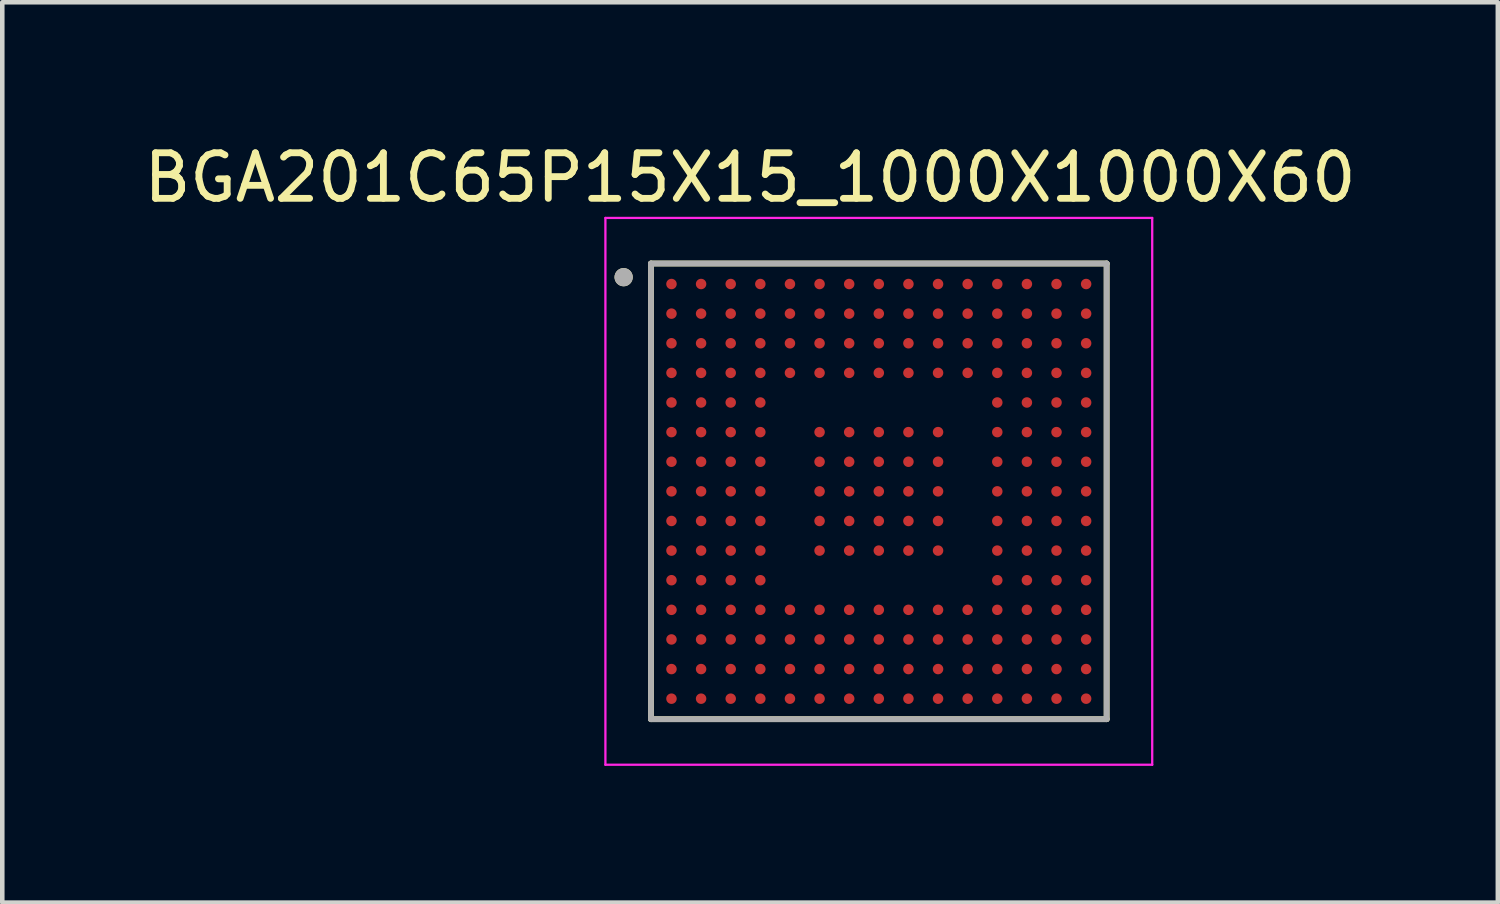
<source format=kicad_pcb>
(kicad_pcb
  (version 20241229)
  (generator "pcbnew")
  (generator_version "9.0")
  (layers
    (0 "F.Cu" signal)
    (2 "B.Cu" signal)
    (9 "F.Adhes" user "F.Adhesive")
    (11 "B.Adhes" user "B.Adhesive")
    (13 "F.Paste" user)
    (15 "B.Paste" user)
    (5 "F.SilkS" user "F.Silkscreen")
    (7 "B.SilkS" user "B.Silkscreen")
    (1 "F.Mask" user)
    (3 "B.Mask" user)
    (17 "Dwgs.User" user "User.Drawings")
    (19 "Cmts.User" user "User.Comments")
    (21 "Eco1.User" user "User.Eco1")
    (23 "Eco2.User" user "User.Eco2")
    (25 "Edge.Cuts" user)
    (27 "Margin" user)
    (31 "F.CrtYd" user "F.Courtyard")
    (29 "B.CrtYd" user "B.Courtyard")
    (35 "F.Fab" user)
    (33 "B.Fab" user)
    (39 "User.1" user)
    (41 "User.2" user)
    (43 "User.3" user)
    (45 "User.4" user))
  (footprint "BGA201C65P15X15_1000X1000X60"
    (layer "F.Cu")
    (at 16.236 7.733)
    (property "Reference" "BGA201C65P15X15_1000X1000X60" (at -2.825 -6.885 0) (layer "F.SilkS") (effects (font (size 1 1) (thickness 0.15))))
    (attr smd)
    (fp_line (start -5 -5) (end 5 -5) (stroke (width 0.127) (type solid)) (layer "F.SilkS"))
    (fp_line (start -5 5) (end -5 -5) (stroke (width 0.127) (type solid)) (layer "F.SilkS"))
    (fp_line (start 5 -5) (end 5 5) (stroke (width 0.127) (type solid)) (layer "F.SilkS"))
    (fp_line (start 5 5) (end -5 5) (stroke (width 0.127) (type solid)) (layer "F.SilkS"))
    (fp_circle (center -5.6 -4.7) (end -5.5 -4.7) (stroke (width 0.2) (type solid)) (fill no) (layer "F.SilkS"))
    (fp_line (start -6 -6) (end 6 -6) (stroke (width 0.05) (type solid)) (layer "F.CrtYd"))
    (fp_line (start -6 6) (end -6 -6) (stroke (width 0.05) (type solid)) (layer "F.CrtYd"))
    (fp_line (start 6 -6) (end 6 6) (stroke (width 0.05) (type solid)) (layer "F.CrtYd"))
    (fp_line (start 6 6) (end -6 6) (stroke (width 0.05) (type solid)) (layer "F.CrtYd"))
    (fp_line (start -5 -5) (end 5 -5) (stroke (width 0.127) (type solid)) (layer "F.Fab"))
    (fp_line (start -5 5) (end -5 -5) (stroke (width 0.127) (type solid)) (layer "F.Fab"))
    (fp_line (start 5 -5) (end 5 5) (stroke (width 0.127) (type solid)) (layer "F.Fab"))
    (fp_line (start 5 5) (end -5 5) (stroke (width 0.127) (type solid)) (layer "F.Fab"))
    (fp_circle (center -5.6 -4.7) (end -5.5 -4.7) (stroke (width 0.2) (type solid)) (fill no) (layer "F.Fab"))
    (pad "A1" smd circle (at -4.55 -4.55) (size 0.23 0.23) (layers "F.Cu" "F.Mask" "F.Paste"))
    (pad "A2" smd circle (at -3.9 -4.55) (size 0.23 0.23) (layers "F.Cu" "F.Mask" "F.Paste"))
    (pad "A3" smd circle (at -3.25 -4.55) (size 0.23 0.23) (layers "F.Cu" "F.Mask" "F.Paste"))
    (pad "A4" smd circle (at -2.6 -4.55) (size 0.23 0.23) (layers "F.Cu" "F.Mask" "F.Paste"))
    (pad "A5" smd circle (at -1.95 -4.55) (size 0.23 0.23) (layers "F.Cu" "F.Mask" "F.Paste"))
    (pad "A6" smd circle (at -1.3 -4.55) (size 0.23 0.23) (layers "F.Cu" "F.Mask" "F.Paste"))
    (pad "A7" smd circle (at -0.65 -4.55) (size 0.23 0.23) (layers "F.Cu" "F.Mask" "F.Paste"))
    (pad "A8" smd circle (at 0 -4.55) (size 0.23 0.23) (layers "F.Cu" "F.Mask" "F.Paste"))
    (pad "A9" smd circle (at 0.65 -4.55) (size 0.23 0.23) (layers "F.Cu" "F.Mask" "F.Paste"))
    (pad "A10" smd circle (at 1.3 -4.55) (size 0.23 0.23) (layers "F.Cu" "F.Mask" "F.Paste"))
    (pad "A11" smd circle (at 1.95 -4.55) (size 0.23 0.23) (layers "F.Cu" "F.Mask" "F.Paste"))
    (pad "A12" smd circle (at 2.6 -4.55) (size 0.23 0.23) (layers "F.Cu" "F.Mask" "F.Paste"))
    (pad "A13" smd circle (at 3.25 -4.55) (size 0.23 0.23) (layers "F.Cu" "F.Mask" "F.Paste"))
    (pad "A14" smd circle (at 3.9 -4.55) (size 0.23 0.23) (layers "F.Cu" "F.Mask" "F.Paste"))
    (pad "A15" smd circle (at 4.55 -4.55) (size 0.23 0.23) (layers "F.Cu" "F.Mask" "F.Paste"))
    (pad "B1" smd circle (at -4.55 -3.9) (size 0.23 0.23) (layers "F.Cu" "F.Mask" "F.Paste"))
    (pad "B2" smd circle (at -3.9 -3.9) (size 0.23 0.23) (layers "F.Cu" "F.Mask" "F.Paste"))
    (pad "B3" smd circle (at -3.25 -3.9) (size 0.23 0.23) (layers "F.Cu" "F.Mask" "F.Paste"))
    (pad "B4" smd circle (at -2.6 -3.9) (size 0.23 0.23) (layers "F.Cu" "F.Mask" "F.Paste"))
    (pad "B5" smd circle (at -1.95 -3.9) (size 0.23 0.23) (layers "F.Cu" "F.Mask" "F.Paste"))
    (pad "B6" smd circle (at -1.3 -3.9) (size 0.23 0.23) (layers "F.Cu" "F.Mask" "F.Paste"))
    (pad "B7" smd circle (at -0.65 -3.9) (size 0.23 0.23) (layers "F.Cu" "F.Mask" "F.Paste"))
    (pad "B8" smd circle (at 0 -3.9) (size 0.23 0.23) (layers "F.Cu" "F.Mask" "F.Paste"))
    (pad "B9" smd circle (at 0.65 -3.9) (size 0.23 0.23) (layers "F.Cu" "F.Mask" "F.Paste"))
    (pad "B10" smd circle (at 1.3 -3.9) (size 0.23 0.23) (layers "F.Cu" "F.Mask" "F.Paste"))
    (pad "B11" smd circle (at 1.95 -3.9) (size 0.23 0.23) (layers "F.Cu" "F.Mask" "F.Paste"))
    (pad "B12" smd circle (at 2.6 -3.9) (size 0.23 0.23) (layers "F.Cu" "F.Mask" "F.Paste"))
    (pad "B13" smd circle (at 3.25 -3.9) (size 0.23 0.23) (layers "F.Cu" "F.Mask" "F.Paste"))
    (pad "B14" smd circle (at 3.9 -3.9) (size 0.23 0.23) (layers "F.Cu" "F.Mask" "F.Paste"))
    (pad "B15" smd circle (at 4.55 -3.9) (size 0.23 0.23) (layers "F.Cu" "F.Mask" "F.Paste"))
    (pad "C1" smd circle (at -4.55 -3.25) (size 0.23 0.23) (layers "F.Cu" "F.Mask" "F.Paste"))
    (pad "C2" smd circle (at -3.9 -3.25) (size 0.23 0.23) (layers "F.Cu" "F.Mask" "F.Paste"))
    (pad "C3" smd circle (at -3.25 -3.25) (size 0.23 0.23) (layers "F.Cu" "F.Mask" "F.Paste"))
    (pad "C4" smd circle (at -2.6 -3.25) (size 0.23 0.23) (layers "F.Cu" "F.Mask" "F.Paste"))
    (pad "C5" smd circle (at -1.95 -3.25) (size 0.23 0.23) (layers "F.Cu" "F.Mask" "F.Paste"))
    (pad "C6" smd circle (at -1.3 -3.25) (size 0.23 0.23) (layers "F.Cu" "F.Mask" "F.Paste"))
    (pad "C7" smd circle (at -0.65 -3.25) (size 0.23 0.23) (layers "F.Cu" "F.Mask" "F.Paste"))
    (pad "C8" smd circle (at 0 -3.25) (size 0.23 0.23) (layers "F.Cu" "F.Mask" "F.Paste"))
    (pad "C9" smd circle (at 0.65 -3.25) (size 0.23 0.23) (layers "F.Cu" "F.Mask" "F.Paste"))
    (pad "C10" smd circle (at 1.3 -3.25) (size 0.23 0.23) (layers "F.Cu" "F.Mask" "F.Paste"))
    (pad "C11" smd circle (at 1.95 -3.25) (size 0.23 0.23) (layers "F.Cu" "F.Mask" "F.Paste"))
    (pad "C12" smd circle (at 2.6 -3.25) (size 0.23 0.23) (layers "F.Cu" "F.Mask" "F.Paste"))
    (pad "C13" smd circle (at 3.25 -3.25) (size 0.23 0.23) (layers "F.Cu" "F.Mask" "F.Paste"))
    (pad "C14" smd circle (at 3.9 -3.25) (size 0.23 0.23) (layers "F.Cu" "F.Mask" "F.Paste"))
    (pad "C15" smd circle (at 4.55 -3.25) (size 0.23 0.23) (layers "F.Cu" "F.Mask" "F.Paste"))
    (pad "D1" smd circle (at -4.55 -2.6) (size 0.23 0.23) (layers "F.Cu" "F.Mask" "F.Paste"))
    (pad "D2" smd circle (at -3.9 -2.6) (size 0.23 0.23) (layers "F.Cu" "F.Mask" "F.Paste"))
    (pad "D3" smd circle (at -3.25 -2.6) (size 0.23 0.23) (layers "F.Cu" "F.Mask" "F.Paste"))
    (pad "D4" smd circle (at -2.6 -2.6) (size 0.23 0.23) (layers "F.Cu" "F.Mask" "F.Paste"))
    (pad "D5" smd circle (at -1.95 -2.6) (size 0.23 0.23) (layers "F.Cu" "F.Mask" "F.Paste"))
    (pad "D6" smd circle (at -1.3 -2.6) (size 0.23 0.23) (layers "F.Cu" "F.Mask" "F.Paste"))
    (pad "D7" smd circle (at -0.65 -2.6) (size 0.23 0.23) (layers "F.Cu" "F.Mask" "F.Paste"))
    (pad "D8" smd circle (at 0 -2.6) (size 0.23 0.23) (layers "F.Cu" "F.Mask" "F.Paste"))
    (pad "D9" smd circle (at 0.65 -2.6) (size 0.23 0.23) (layers "F.Cu" "F.Mask" "F.Paste"))
    (pad "D10" smd circle (at 1.3 -2.6) (size 0.23 0.23) (layers "F.Cu" "F.Mask" "F.Paste"))
    (pad "D11" smd circle (at 1.95 -2.6) (size 0.23 0.23) (layers "F.Cu" "F.Mask" "F.Paste"))
    (pad "D12" smd circle (at 2.6 -2.6) (size 0.23 0.23) (layers "F.Cu" "F.Mask" "F.Paste"))
    (pad "D13" smd circle (at 3.25 -2.6) (size 0.23 0.23) (layers "F.Cu" "F.Mask" "F.Paste"))
    (pad "D14" smd circle (at 3.9 -2.6) (size 0.23 0.23) (layers "F.Cu" "F.Mask" "F.Paste"))
    (pad "D15" smd circle (at 4.55 -2.6) (size 0.23 0.23) (layers "F.Cu" "F.Mask" "F.Paste"))
    (pad "E1" smd circle (at -4.55 -1.95) (size 0.23 0.23) (layers "F.Cu" "F.Mask" "F.Paste"))
    (pad "E2" smd circle (at -3.9 -1.95) (size 0.23 0.23) (layers "F.Cu" "F.Mask" "F.Paste"))
    (pad "E3" smd circle (at -3.25 -1.95) (size 0.23 0.23) (layers "F.Cu" "F.Mask" "F.Paste"))
    (pad "E4" smd circle (at -2.6 -1.95) (size 0.23 0.23) (layers "F.Cu" "F.Mask" "F.Paste"))
    (pad "E12" smd circle (at 2.6 -1.95) (size 0.23 0.23) (layers "F.Cu" "F.Mask" "F.Paste"))
    (pad "E13" smd circle (at 3.25 -1.95) (size 0.23 0.23) (layers "F.Cu" "F.Mask" "F.Paste"))
    (pad "E14" smd circle (at 3.9 -1.95) (size 0.23 0.23) (layers "F.Cu" "F.Mask" "F.Paste"))
    (pad "E15" smd circle (at 4.55 -1.95) (size 0.23 0.23) (layers "F.Cu" "F.Mask" "F.Paste"))
    (pad "F1" smd circle (at -4.55 -1.3) (size 0.23 0.23) (layers "F.Cu" "F.Mask" "F.Paste"))
    (pad "F2" smd circle (at -3.9 -1.3) (size 0.23 0.23) (layers "F.Cu" "F.Mask" "F.Paste"))
    (pad "F3" smd circle (at -3.25 -1.3) (size 0.23 0.23) (layers "F.Cu" "F.Mask" "F.Paste"))
    (pad "F4" smd circle (at -2.6 -1.3) (size 0.23 0.23) (layers "F.Cu" "F.Mask" "F.Paste"))
    (pad "F6" smd circle (at -1.3 -1.3) (size 0.23 0.23) (layers "F.Cu" "F.Mask" "F.Paste"))
    (pad "F7" smd circle (at -0.65 -1.3) (size 0.23 0.23) (layers "F.Cu" "F.Mask" "F.Paste"))
    (pad "F8" smd circle (at 0 -1.3) (size 0.23 0.23) (layers "F.Cu" "F.Mask" "F.Paste"))
    (pad "F9" smd circle (at 0.65 -1.3) (size 0.23 0.23) (layers "F.Cu" "F.Mask" "F.Paste"))
    (pad "F10" smd circle (at 1.3 -1.3) (size 0.23 0.23) (layers "F.Cu" "F.Mask" "F.Paste"))
    (pad "F12" smd circle (at 2.6 -1.3) (size 0.23 0.23) (layers "F.Cu" "F.Mask" "F.Paste"))
    (pad "F13" smd circle (at 3.25 -1.3) (size 0.23 0.23) (layers "F.Cu" "F.Mask" "F.Paste"))
    (pad "F14" smd circle (at 3.9 -1.3) (size 0.23 0.23) (layers "F.Cu" "F.Mask" "F.Paste"))
    (pad "F15" smd circle (at 4.55 -1.3) (size 0.23 0.23) (layers "F.Cu" "F.Mask" "F.Paste"))
    (pad "G1" smd circle (at -4.55 -0.65) (size 0.23 0.23) (layers "F.Cu" "F.Mask" "F.Paste"))
    (pad "G2" smd circle (at -3.9 -0.65) (size 0.23 0.23) (layers "F.Cu" "F.Mask" "F.Paste"))
    (pad "G3" smd circle (at -3.25 -0.65) (size 0.23 0.23) (layers "F.Cu" "F.Mask" "F.Paste"))
    (pad "G4" smd circle (at -2.6 -0.65) (size 0.23 0.23) (layers "F.Cu" "F.Mask" "F.Paste"))
    (pad "G6" smd circle (at -1.3 -0.65) (size 0.23 0.23) (layers "F.Cu" "F.Mask" "F.Paste"))
    (pad "G7" smd circle (at -0.65 -0.65) (size 0.23 0.23) (layers "F.Cu" "F.Mask" "F.Paste"))
    (pad "G8" smd circle (at 0 -0.65) (size 0.23 0.23) (layers "F.Cu" "F.Mask" "F.Paste"))
    (pad "G9" smd circle (at 0.65 -0.65) (size 0.23 0.23) (layers "F.Cu" "F.Mask" "F.Paste"))
    (pad "G10" smd circle (at 1.3 -0.65) (size 0.23 0.23) (layers "F.Cu" "F.Mask" "F.Paste"))
    (pad "G12" smd circle (at 2.6 -0.65) (size 0.23 0.23) (layers "F.Cu" "F.Mask" "F.Paste"))
    (pad "G13" smd circle (at 3.25 -0.65) (size 0.23 0.23) (layers "F.Cu" "F.Mask" "F.Paste"))
    (pad "G14" smd circle (at 3.9 -0.65) (size 0.23 0.23) (layers "F.Cu" "F.Mask" "F.Paste"))
    (pad "G15" smd circle (at 4.55 -0.65) (size 0.23 0.23) (layers "F.Cu" "F.Mask" "F.Paste"))
    (pad "H1" smd circle (at -4.55 0) (size 0.23 0.23) (layers "F.Cu" "F.Mask" "F.Paste"))
    (pad "H2" smd circle (at -3.9 0) (size 0.23 0.23) (layers "F.Cu" "F.Mask" "F.Paste"))
    (pad "H3" smd circle (at -3.25 0) (size 0.23 0.23) (layers "F.Cu" "F.Mask" "F.Paste"))
    (pad "H4" smd circle (at -2.6 0) (size 0.23 0.23) (layers "F.Cu" "F.Mask" "F.Paste"))
    (pad "H6" smd circle (at -1.3 0) (size 0.23 0.23) (layers "F.Cu" "F.Mask" "F.Paste"))
    (pad "H7" smd circle (at -0.65 0) (size 0.23 0.23) (layers "F.Cu" "F.Mask" "F.Paste"))
    (pad "H8" smd circle (at 0 0) (size 0.23 0.23) (layers "F.Cu" "F.Mask" "F.Paste"))
    (pad "H9" smd circle (at 0.65 0) (size 0.23 0.23) (layers "F.Cu" "F.Mask" "F.Paste"))
    (pad "H10" smd circle (at 1.3 0) (size 0.23 0.23) (layers "F.Cu" "F.Mask" "F.Paste"))
    (pad "H12" smd circle (at 2.6 0) (size 0.23 0.23) (layers "F.Cu" "F.Mask" "F.Paste"))
    (pad "H13" smd circle (at 3.25 0) (size 0.23 0.23) (layers "F.Cu" "F.Mask" "F.Paste"))
    (pad "H14" smd circle (at 3.9 0) (size 0.23 0.23) (layers "F.Cu" "F.Mask" "F.Paste"))
    (pad "H15" smd circle (at 4.55 0) (size 0.23 0.23) (layers "F.Cu" "F.Mask" "F.Paste"))
    (pad "J1" smd circle (at -4.55 0.65) (size 0.23 0.23) (layers "F.Cu" "F.Mask" "F.Paste"))
    (pad "J2" smd circle (at -3.9 0.65) (size 0.23 0.23) (layers "F.Cu" "F.Mask" "F.Paste"))
    (pad "J3" smd circle (at -3.25 0.65) (size 0.23 0.23) (layers "F.Cu" "F.Mask" "F.Paste"))
    (pad "J4" smd circle (at -2.6 0.65) (size 0.23 0.23) (layers "F.Cu" "F.Mask" "F.Paste"))
    (pad "J6" smd circle (at -1.3 0.65) (size 0.23 0.23) (layers "F.Cu" "F.Mask" "F.Paste"))
    (pad "J7" smd circle (at -0.65 0.65) (size 0.23 0.23) (layers "F.Cu" "F.Mask" "F.Paste"))
    (pad "J8" smd circle (at 0 0.65) (size 0.23 0.23) (layers "F.Cu" "F.Mask" "F.Paste"))
    (pad "J9" smd circle (at 0.65 0.65) (size 0.23 0.23) (layers "F.Cu" "F.Mask" "F.Paste"))
    (pad "J10" smd circle (at 1.3 0.65) (size 0.23 0.23) (layers "F.Cu" "F.Mask" "F.Paste"))
    (pad "J12" smd circle (at 2.6 0.65) (size 0.23 0.23) (layers "F.Cu" "F.Mask" "F.Paste"))
    (pad "J13" smd circle (at 3.25 0.65) (size 0.23 0.23) (layers "F.Cu" "F.Mask" "F.Paste"))
    (pad "J14" smd circle (at 3.9 0.65) (size 0.23 0.23) (layers "F.Cu" "F.Mask" "F.Paste"))
    (pad "J15" smd circle (at 4.55 0.65) (size 0.23 0.23) (layers "F.Cu" "F.Mask" "F.Paste"))
    (pad "K1" smd circle (at -4.55 1.3) (size 0.23 0.23) (layers "F.Cu" "F.Mask" "F.Paste"))
    (pad "K2" smd circle (at -3.9 1.3) (size 0.23 0.23) (layers "F.Cu" "F.Mask" "F.Paste"))
    (pad "K3" smd circle (at -3.25 1.3) (size 0.23 0.23) (layers "F.Cu" "F.Mask" "F.Paste"))
    (pad "K4" smd circle (at -2.6 1.3) (size 0.23 0.23) (layers "F.Cu" "F.Mask" "F.Paste"))
    (pad "K6" smd circle (at -1.3 1.3) (size 0.23 0.23) (layers "F.Cu" "F.Mask" "F.Paste"))
    (pad "K7" smd circle (at -0.65 1.3) (size 0.23 0.23) (layers "F.Cu" "F.Mask" "F.Paste"))
    (pad "K8" smd circle (at 0 1.3) (size 0.23 0.23) (layers "F.Cu" "F.Mask" "F.Paste"))
    (pad "K9" smd circle (at 0.65 1.3) (size 0.23 0.23) (layers "F.Cu" "F.Mask" "F.Paste"))
    (pad "K10" smd circle (at 1.3 1.3) (size 0.23 0.23) (layers "F.Cu" "F.Mask" "F.Paste"))
    (pad "K12" smd circle (at 2.6 1.3) (size 0.23 0.23) (layers "F.Cu" "F.Mask" "F.Paste"))
    (pad "K13" smd circle (at 3.25 1.3) (size 0.23 0.23) (layers "F.Cu" "F.Mask" "F.Paste"))
    (pad "K14" smd circle (at 3.9 1.3) (size 0.23 0.23) (layers "F.Cu" "F.Mask" "F.Paste"))
    (pad "K15" smd circle (at 4.55 1.3) (size 0.23 0.23) (layers "F.Cu" "F.Mask" "F.Paste"))
    (pad "L1" smd circle (at -4.55 1.95) (size 0.23 0.23) (layers "F.Cu" "F.Mask" "F.Paste"))
    (pad "L2" smd circle (at -3.9 1.95) (size 0.23 0.23) (layers "F.Cu" "F.Mask" "F.Paste"))
    (pad "L3" smd circle (at -3.25 1.95) (size 0.23 0.23) (layers "F.Cu" "F.Mask" "F.Paste"))
    (pad "L4" smd circle (at -2.6 1.95) (size 0.23 0.23) (layers "F.Cu" "F.Mask" "F.Paste"))
    (pad "L12" smd circle (at 2.6 1.95) (size 0.23 0.23) (layers "F.Cu" "F.Mask" "F.Paste"))
    (pad "L13" smd circle (at 3.25 1.95) (size 0.23 0.23) (layers "F.Cu" "F.Mask" "F.Paste"))
    (pad "L14" smd circle (at 3.9 1.95) (size 0.23 0.23) (layers "F.Cu" "F.Mask" "F.Paste"))
    (pad "L15" smd circle (at 4.55 1.95) (size 0.23 0.23) (layers "F.Cu" "F.Mask" "F.Paste"))
    (pad "M1" smd circle (at -4.55 2.6) (size 0.23 0.23) (layers "F.Cu" "F.Mask" "F.Paste"))
    (pad "M2" smd circle (at -3.9 2.6) (size 0.23 0.23) (layers "F.Cu" "F.Mask" "F.Paste"))
    (pad "M3" smd circle (at -3.25 2.6) (size 0.23 0.23) (layers "F.Cu" "F.Mask" "F.Paste"))
    (pad "M4" smd circle (at -2.6 2.6) (size 0.23 0.23) (layers "F.Cu" "F.Mask" "F.Paste"))
    (pad "M5" smd circle (at -1.95 2.6) (size 0.23 0.23) (layers "F.Cu" "F.Mask" "F.Paste"))
    (pad "M6" smd circle (at -1.3 2.6) (size 0.23 0.23) (layers "F.Cu" "F.Mask" "F.Paste"))
    (pad "M7" smd circle (at -0.65 2.6) (size 0.23 0.23) (layers "F.Cu" "F.Mask" "F.Paste"))
    (pad "M8" smd circle (at 0 2.6) (size 0.23 0.23) (layers "F.Cu" "F.Mask" "F.Paste"))
    (pad "M9" smd circle (at 0.65 2.6) (size 0.23 0.23) (layers "F.Cu" "F.Mask" "F.Paste"))
    (pad "M10" smd circle (at 1.3 2.6) (size 0.23 0.23) (layers "F.Cu" "F.Mask" "F.Paste"))
    (pad "M11" smd circle (at 1.95 2.6) (size 0.23 0.23) (layers "F.Cu" "F.Mask" "F.Paste"))
    (pad "M12" smd circle (at 2.6 2.6) (size 0.23 0.23) (layers "F.Cu" "F.Mask" "F.Paste"))
    (pad "M13" smd circle (at 3.25 2.6) (size 0.23 0.23) (layers "F.Cu" "F.Mask" "F.Paste"))
    (pad "M14" smd circle (at 3.9 2.6) (size 0.23 0.23) (layers "F.Cu" "F.Mask" "F.Paste"))
    (pad "M15" smd circle (at 4.55 2.6) (size 0.23 0.23) (layers "F.Cu" "F.Mask" "F.Paste"))
    (pad "N1" smd circle (at -4.55 3.25) (size 0.23 0.23) (layers "F.Cu" "F.Mask" "F.Paste"))
    (pad "N2" smd circle (at -3.9 3.25) (size 0.23 0.23) (layers "F.Cu" "F.Mask" "F.Paste"))
    (pad "N3" smd circle (at -3.25 3.25) (size 0.23 0.23) (layers "F.Cu" "F.Mask" "F.Paste"))
    (pad "N4" smd circle (at -2.6 3.25) (size 0.23 0.23) (layers "F.Cu" "F.Mask" "F.Paste"))
    (pad "N5" smd circle (at -1.95 3.25) (size 0.23 0.23) (layers "F.Cu" "F.Mask" "F.Paste"))
    (pad "N6" smd circle (at -1.3 3.25) (size 0.23 0.23) (layers "F.Cu" "F.Mask" "F.Paste"))
    (pad "N7" smd circle (at -0.65 3.25) (size 0.23 0.23) (layers "F.Cu" "F.Mask" "F.Paste"))
    (pad "N8" smd circle (at 0 3.25) (size 0.23 0.23) (layers "F.Cu" "F.Mask" "F.Paste"))
    (pad "N9" smd circle (at 0.65 3.25) (size 0.23 0.23) (layers "F.Cu" "F.Mask" "F.Paste"))
    (pad "N10" smd circle (at 1.3 3.25) (size 0.23 0.23) (layers "F.Cu" "F.Mask" "F.Paste"))
    (pad "N11" smd circle (at 1.95 3.25) (size 0.23 0.23) (layers "F.Cu" "F.Mask" "F.Paste"))
    (pad "N12" smd circle (at 2.6 3.25) (size 0.23 0.23) (layers "F.Cu" "F.Mask" "F.Paste"))
    (pad "N13" smd circle (at 3.25 3.25) (size 0.23 0.23) (layers "F.Cu" "F.Mask" "F.Paste"))
    (pad "N14" smd circle (at 3.9 3.25) (size 0.23 0.23) (layers "F.Cu" "F.Mask" "F.Paste"))
    (pad "N15" smd circle (at 4.55 3.25) (size 0.23 0.23) (layers "F.Cu" "F.Mask" "F.Paste"))
    (pad "P1" smd circle (at -4.55 3.9) (size 0.23 0.23) (layers "F.Cu" "F.Mask" "F.Paste"))
    (pad "P2" smd circle (at -3.9 3.9) (size 0.23 0.23) (layers "F.Cu" "F.Mask" "F.Paste"))
    (pad "P3" smd circle (at -3.25 3.9) (size 0.23 0.23) (layers "F.Cu" "F.Mask" "F.Paste"))
    (pad "P4" smd circle (at -2.6 3.9) (size 0.23 0.23) (layers "F.Cu" "F.Mask" "F.Paste"))
    (pad "P5" smd circle (at -1.95 3.9) (size 0.23 0.23) (layers "F.Cu" "F.Mask" "F.Paste"))
    (pad "P6" smd circle (at -1.3 3.9) (size 0.23 0.23) (layers "F.Cu" "F.Mask" "F.Paste"))
    (pad "P7" smd circle (at -0.65 3.9) (size 0.23 0.23) (layers "F.Cu" "F.Mask" "F.Paste"))
    (pad "P8" smd circle (at 0 3.9) (size 0.23 0.23) (layers "F.Cu" "F.Mask" "F.Paste"))
    (pad "P9" smd circle (at 0.65 3.9) (size 0.23 0.23) (layers "F.Cu" "F.Mask" "F.Paste"))
    (pad "P10" smd circle (at 1.3 3.9) (size 0.23 0.23) (layers "F.Cu" "F.Mask" "F.Paste"))
    (pad "P11" smd circle (at 1.95 3.9) (size 0.23 0.23) (layers "F.Cu" "F.Mask" "F.Paste"))
    (pad "P12" smd circle (at 2.6 3.9) (size 0.23 0.23) (layers "F.Cu" "F.Mask" "F.Paste"))
    (pad "P13" smd circle (at 3.25 3.9) (size 0.23 0.23) (layers "F.Cu" "F.Mask" "F.Paste"))
    (pad "P14" smd circle (at 3.9 3.9) (size 0.23 0.23) (layers "F.Cu" "F.Mask" "F.Paste"))
    (pad "P15" smd circle (at 4.55 3.9) (size 0.23 0.23) (layers "F.Cu" "F.Mask" "F.Paste"))
    (pad "R1" smd circle (at -4.55 4.55) (size 0.23 0.23) (layers "F.Cu" "F.Mask" "F.Paste"))
    (pad "R2" smd circle (at -3.9 4.55) (size 0.23 0.23) (layers "F.Cu" "F.Mask" "F.Paste"))
    (pad "R3" smd circle (at -3.25 4.55) (size 0.23 0.23) (layers "F.Cu" "F.Mask" "F.Paste"))
    (pad "R4" smd circle (at -2.6 4.55) (size 0.23 0.23) (layers "F.Cu" "F.Mask" "F.Paste"))
    (pad "R5" smd circle (at -1.95 4.55) (size 0.23 0.23) (layers "F.Cu" "F.Mask" "F.Paste"))
    (pad "R6" smd circle (at -1.3 4.55) (size 0.23 0.23) (layers "F.Cu" "F.Mask" "F.Paste"))
    (pad "R7" smd circle (at -0.65 4.55) (size 0.23 0.23) (layers "F.Cu" "F.Mask" "F.Paste"))
    (pad "R8" smd circle (at 0 4.55) (size 0.23 0.23) (layers "F.Cu" "F.Mask" "F.Paste"))
    (pad "R9" smd circle (at 0.65 4.55) (size 0.23 0.23) (layers "F.Cu" "F.Mask" "F.Paste"))
    (pad "R10" smd circle (at 1.3 4.55) (size 0.23 0.23) (layers "F.Cu" "F.Mask" "F.Paste"))
    (pad "R11" smd circle (at 1.95 4.55) (size 0.23 0.23) (layers "F.Cu" "F.Mask" "F.Paste"))
    (pad "R12" smd circle (at 2.6 4.55) (size 0.23 0.23) (layers "F.Cu" "F.Mask" "F.Paste"))
    (pad "R13" smd circle (at 3.25 4.55) (size 0.23 0.23) (layers "F.Cu" "F.Mask" "F.Paste"))
    (pad "R14" smd circle (at 3.9 4.55) (size 0.23 0.23) (layers "F.Cu" "F.Mask" "F.Paste"))
    (pad "R15" smd circle (at 4.55 4.55) (size 0.23 0.23) (layers "F.Cu" "F.Mask" "F.Paste")))
  (gr_rect
    (start -3 -3)
    (end 29.821 16.758)
    (stroke (width 0.1) (type default))
    (fill no)
    (layer "Edge.Cuts")))
</source>
